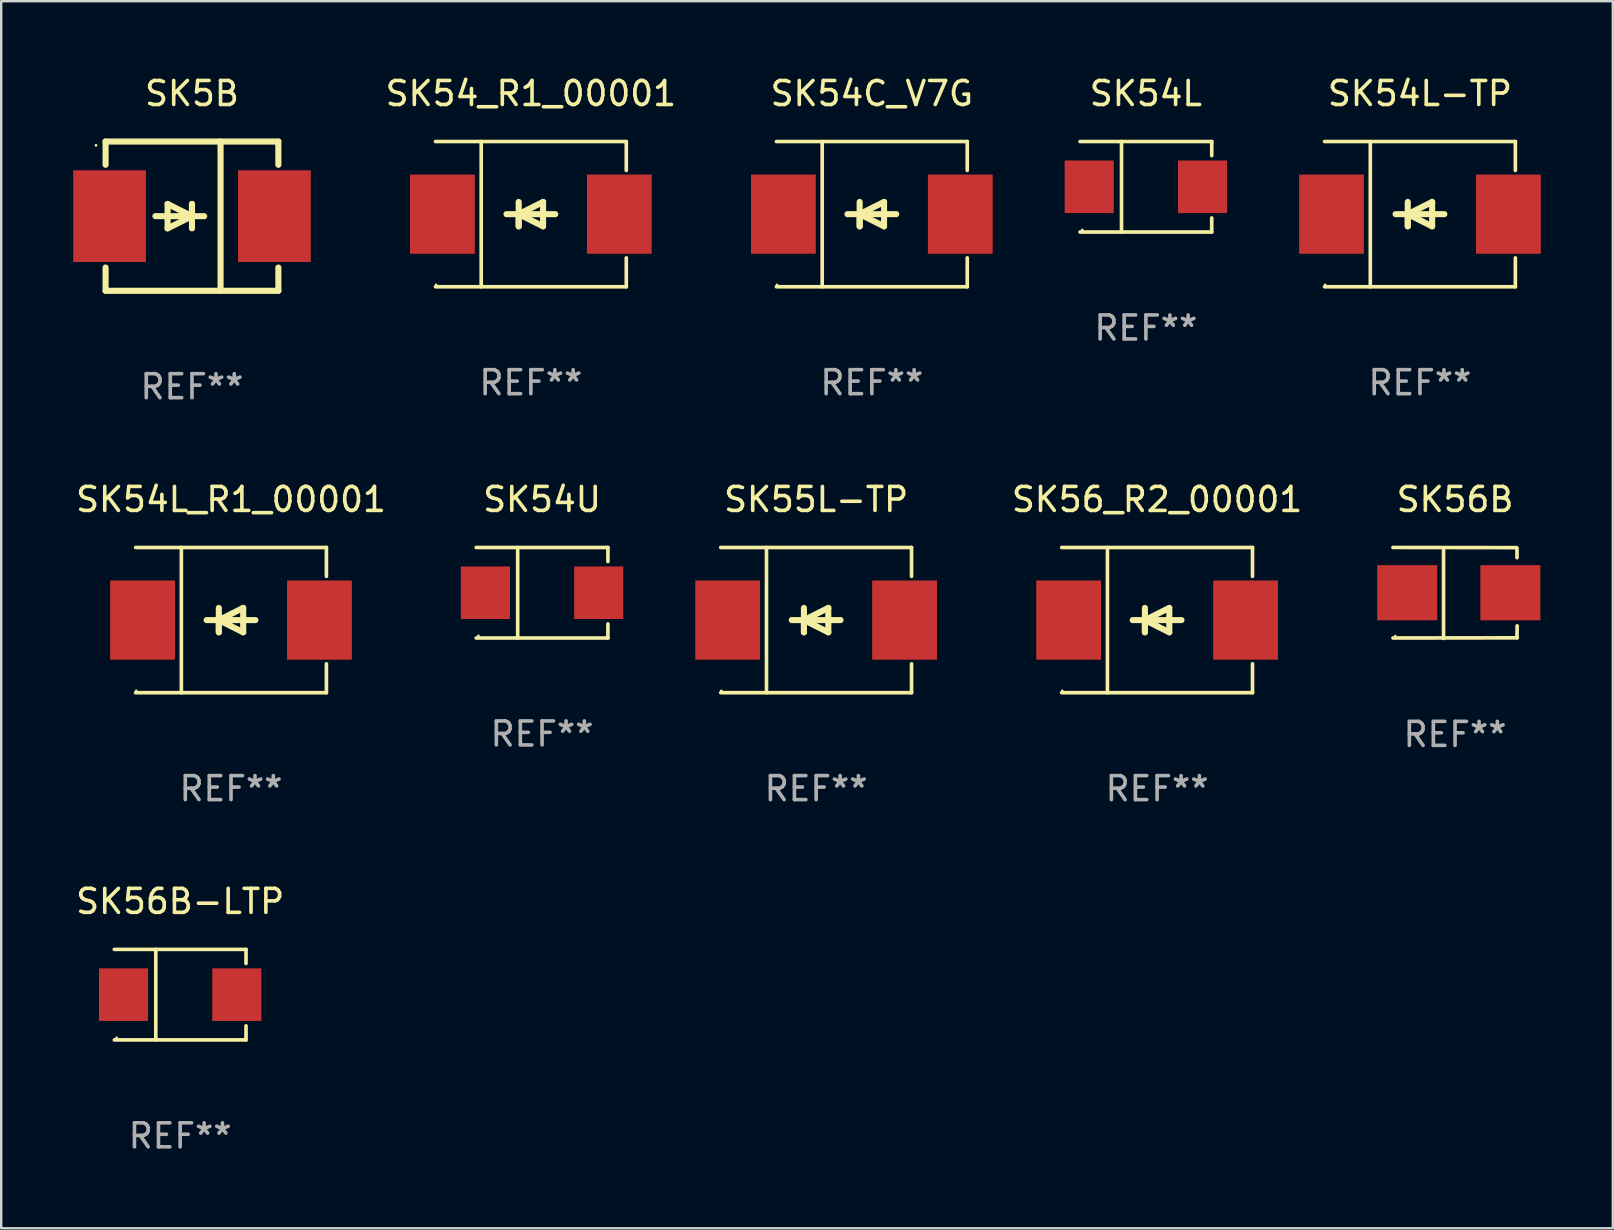
<source format=kicad_pcb>
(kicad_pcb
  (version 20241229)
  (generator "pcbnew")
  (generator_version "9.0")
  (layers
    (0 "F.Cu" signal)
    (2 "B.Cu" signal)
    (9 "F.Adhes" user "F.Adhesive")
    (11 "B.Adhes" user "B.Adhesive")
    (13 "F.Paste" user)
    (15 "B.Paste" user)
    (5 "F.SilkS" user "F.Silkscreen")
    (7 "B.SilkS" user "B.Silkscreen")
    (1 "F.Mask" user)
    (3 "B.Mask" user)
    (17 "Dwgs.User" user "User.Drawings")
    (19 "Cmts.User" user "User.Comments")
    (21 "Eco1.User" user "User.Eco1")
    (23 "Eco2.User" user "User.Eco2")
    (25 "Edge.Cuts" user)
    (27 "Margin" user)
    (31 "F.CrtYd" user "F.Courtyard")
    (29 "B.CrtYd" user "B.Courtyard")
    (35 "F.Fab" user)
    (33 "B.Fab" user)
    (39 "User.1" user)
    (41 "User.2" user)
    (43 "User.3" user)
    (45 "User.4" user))
  (footprint "SK56B-LTP"
    (layer "F.Cu")
    (at 4.458 38.4)
    (property "Reference" "SK56B-LTP" (at 0 -3.886 0) (layer "F.SilkS") (effects (font (size 1 1) (thickness 0.15))))
    (attr through_hole)
    (fp_line (start -2.744 -1.886) (end 2.744 -1.886) (stroke (width 0.152) (type solid)) (layer "F.SilkS"))
    (fp_line (start -2.744 1.886) (end 2.744 1.886) (stroke (width 0.152) (type solid)) (layer "F.SilkS"))
    (fp_line (start -1.016 -1.886) (end -1.016 1.886) (stroke (width 0.152) (type solid)) (layer "F.SilkS"))
    (fp_line (start 2.744 -1.886) (end 2.744 -1.299) (stroke (width 0.152) (type solid)) (layer "F.SilkS"))
    (fp_line (start 2.744 1.886) (end 2.744 1.299) (stroke (width 0.152) (type solid)) (layer "F.SilkS"))
    (fp_circle (center -2.65 1.8) (end -2.62 1.8) (stroke (width 0.06) (type solid)) (fill no) (layer "F.SilkS"))
    (fp_text user "REF**" (at 0 5.886 0) (layer "F.Fab") (effects (font (size 1 1) (thickness 0.15))))
    (pad "1" smd rect (at -2.361 0) (size 2.047 2.192) (layers "F.Cu" "F.Mask" "F.Paste"))
    (pad "2" smd rect (at 2.361 0) (size 2.047 2.192) (layers "F.Cu" "F.Mask" "F.Paste")))
  (footprint "SK54L_R1_00001"
    (layer "F.Cu")
    (at 6.577 22.791)
    (property "Reference" "SK54L_R1_00001" (at 0 -5.026 0) (layer "F.SilkS") (effects (font (size 1 1) (thickness 0.15))))
    (attr through_hole)
    (fp_line (start -3.976 -3.026) (end 3.976 -3.026) (stroke (width 0.152) (type solid)) (layer "F.SilkS"))
    (fp_line (start -3.976 3.026) (end 3.976 3.026) (stroke (width 0.152) (type solid)) (layer "F.SilkS"))
    (fp_line (start -2.069 -3.026) (end -2.069 3.026) (stroke (width 0.152) (type solid)) (layer "F.SilkS"))
    (fp_line (start -0.508 0) (end -0.508 0.508) (stroke (width 0.254) (type solid)) (layer "F.SilkS"))
    (fp_line (start -0.508 0) (end 0.508 0.508) (stroke (width 0.254) (type solid)) (layer "F.SilkS"))
    (fp_line (start -0.508 0.508) (end -0.508 -0.508) (stroke (width 0.254) (type solid)) (layer "F.SilkS"))
    (fp_line (start 0.508 -0.508) (end -0.508 0) (stroke (width 0.254) (type solid)) (layer "F.SilkS"))
    (fp_line (start 0.508 0.508) (end 0.508 -0.508) (stroke (width 0.254) (type solid)) (layer "F.SilkS"))
    (fp_line (start 1.016 0) (end -1.016 0) (stroke (width 0.254) (type solid)) (layer "F.SilkS"))
    (fp_line (start 3.976 -3.026) (end 3.976 -1.823) (stroke (width 0.152) (type solid)) (layer "F.SilkS"))
    (fp_line (start 3.976 3.026) (end 3.976 1.823) (stroke (width 0.152) (type solid)) (layer "F.SilkS"))
    (fp_circle (center -3.95 2.95) (end -3.92 2.95) (stroke (width 0.06) (type solid)) (fill no) (layer "F.SilkS"))
    (fp_text user "REF**" (at 0 7.026 0) (layer "F.Fab") (effects (font (size 1 1) (thickness 0.15))))
    (pad "1" smd rect (at -3.686 0) (size 2.7 3.3) (layers "F.Cu" "F.Mask" "F.Paste"))
    (pad "2" smd rect (at 3.686 0) (size 2.7 3.3) (layers "F.Cu" "F.Mask" "F.Paste")))
  (footprint "SK54L-TP"
    (layer "F.Cu")
    (at 56.123 5.874)
    (property "Reference" "SK54L-TP" (at 0 -5.026 0) (layer "F.SilkS") (effects (font (size 1 1) (thickness 0.15))))
    (attr through_hole)
    (fp_line (start -3.976 -3.026) (end 3.976 -3.026) (stroke (width 0.152) (type solid)) (layer "F.SilkS"))
    (fp_line (start -3.976 3.026) (end 3.976 3.026) (stroke (width 0.152) (type solid)) (layer "F.SilkS"))
    (fp_line (start -2.069 -3.026) (end -2.069 3.026) (stroke (width 0.152) (type solid)) (layer "F.SilkS"))
    (fp_line (start -0.508 0) (end -0.508 0.508) (stroke (width 0.254) (type solid)) (layer "F.SilkS"))
    (fp_line (start -0.508 0) (end 0.508 0.508) (stroke (width 0.254) (type solid)) (layer "F.SilkS"))
    (fp_line (start -0.508 0.508) (end -0.508 -0.508) (stroke (width 0.254) (type solid)) (layer "F.SilkS"))
    (fp_line (start 0.508 -0.508) (end -0.508 0) (stroke (width 0.254) (type solid)) (layer "F.SilkS"))
    (fp_line (start 0.508 0.508) (end 0.508 -0.508) (stroke (width 0.254) (type solid)) (layer "F.SilkS"))
    (fp_line (start 1.016 0) (end -1.016 0) (stroke (width 0.254) (type solid)) (layer "F.SilkS"))
    (fp_line (start 3.976 -3.026) (end 3.976 -1.823) (stroke (width 0.152) (type solid)) (layer "F.SilkS"))
    (fp_line (start 3.976 3.026) (end 3.976 1.823) (stroke (width 0.152) (type solid)) (layer "F.SilkS"))
    (fp_circle (center -3.95 2.95) (end -3.92 2.95) (stroke (width 0.06) (type solid)) (fill no) (layer "F.SilkS"))
    (fp_text user "REF**" (at 0 7.026 0) (layer "F.Fab") (effects (font (size 1 1) (thickness 0.15))))
    (pad "1" smd rect (at -3.686 0) (size 2.7 3.3) (layers "F.Cu" "F.Mask" "F.Paste"))
    (pad "2" smd rect (at 3.686 0) (size 2.7 3.3) (layers "F.Cu" "F.Mask" "F.Paste")))
  (footprint "SK54L"
    (layer "F.Cu")
    (at 44.702 4.734)
    (property "Reference" "SK54L" (at 0 -3.886 0) (layer "F.SilkS") (effects (font (size 1 1) (thickness 0.15))))
    (attr through_hole)
    (fp_line (start -2.744 -1.886) (end 2.744 -1.886) (stroke (width 0.152) (type solid)) (layer "F.SilkS"))
    (fp_line (start -2.744 1.886) (end 2.744 1.886) (stroke (width 0.152) (type solid)) (layer "F.SilkS"))
    (fp_line (start -1.016 -1.886) (end -1.016 1.886) (stroke (width 0.152) (type solid)) (layer "F.SilkS"))
    (fp_line (start 2.744 -1.886) (end 2.744 -1.299) (stroke (width 0.152) (type solid)) (layer "F.SilkS"))
    (fp_line (start 2.744 1.886) (end 2.744 1.299) (stroke (width 0.152) (type solid)) (layer "F.SilkS"))
    (fp_circle (center -2.65 1.8) (end -2.62 1.8) (stroke (width 0.06) (type solid)) (fill no) (layer "F.SilkS"))
    (fp_text user "REF**" (at 0 5.886 0) (layer "F.Fab") (effects (font (size 1 1) (thickness 0.15))))
    (pad "1" smd rect (at -2.361 0) (size 2.047 2.192) (layers "F.Cu" "F.Mask" "F.Paste"))
    (pad "2" smd rect (at 2.361 0) (size 2.047 2.192) (layers "F.Cu" "F.Mask" "F.Paste")))
  (footprint "SK56_R2_00001"
    (layer "F.Cu")
    (at 45.169 22.791)
    (property "Reference" "SK56_R2_00001" (at 0 -5.026 0) (layer "F.SilkS") (effects (font (size 1 1) (thickness 0.15))))
    (attr through_hole)
    (fp_line (start -3.976 -3.026) (end 3.976 -3.026) (stroke (width 0.152) (type solid)) (layer "F.SilkS"))
    (fp_line (start -3.976 3.026) (end 3.976 3.026) (stroke (width 0.152) (type solid)) (layer "F.SilkS"))
    (fp_line (start -2.069 -3.026) (end -2.069 3.026) (stroke (width 0.152) (type solid)) (layer "F.SilkS"))
    (fp_line (start -0.508 0) (end -0.508 0.508) (stroke (width 0.254) (type solid)) (layer "F.SilkS"))
    (fp_line (start -0.508 0) (end 0.508 0.508) (stroke (width 0.254) (type solid)) (layer "F.SilkS"))
    (fp_line (start -0.508 0.508) (end -0.508 -0.508) (stroke (width 0.254) (type solid)) (layer "F.SilkS"))
    (fp_line (start 0.508 -0.508) (end -0.508 0) (stroke (width 0.254) (type solid)) (layer "F.SilkS"))
    (fp_line (start 0.508 0.508) (end 0.508 -0.508) (stroke (width 0.254) (type solid)) (layer "F.SilkS"))
    (fp_line (start 1.016 0) (end -1.016 0) (stroke (width 0.254) (type solid)) (layer "F.SilkS"))
    (fp_line (start 3.976 -3.026) (end 3.976 -1.823) (stroke (width 0.152) (type solid)) (layer "F.SilkS"))
    (fp_line (start 3.976 3.026) (end 3.976 1.823) (stroke (width 0.152) (type solid)) (layer "F.SilkS"))
    (fp_circle (center -3.95 2.95) (end -3.92 2.95) (stroke (width 0.06) (type solid)) (fill no) (layer "F.SilkS"))
    (fp_text user "REF**" (at 0 7.026 0) (layer "F.Fab") (effects (font (size 1 1) (thickness 0.15))))
    (pad "1" smd rect (at -3.686 0) (size 2.7 3.3) (layers "F.Cu" "F.Mask" "F.Paste"))
    (pad "2" smd rect (at 3.686 0) (size 2.7 3.3) (layers "F.Cu" "F.Mask" "F.Paste")))
  (footprint "SK54C_V7G"
    (layer "F.Cu")
    (at 33.282 5.874)
    (property "Reference" "SK54C_V7G" (at 0 -5.026 0) (layer "F.SilkS") (effects (font (size 1 1) (thickness 0.15))))
    (attr through_hole)
    (fp_line (start -3.976 -3.026) (end 3.976 -3.026) (stroke (width 0.152) (type solid)) (layer "F.SilkS"))
    (fp_line (start -3.976 3.026) (end 3.976 3.026) (stroke (width 0.152) (type solid)) (layer "F.SilkS"))
    (fp_line (start -2.069 -3.026) (end -2.069 3.026) (stroke (width 0.152) (type solid)) (layer "F.SilkS"))
    (fp_line (start -0.508 0) (end -0.508 0.508) (stroke (width 0.254) (type solid)) (layer "F.SilkS"))
    (fp_line (start -0.508 0) (end 0.508 0.508) (stroke (width 0.254) (type solid)) (layer "F.SilkS"))
    (fp_line (start -0.508 0.508) (end -0.508 -0.508) (stroke (width 0.254) (type solid)) (layer "F.SilkS"))
    (fp_line (start 0.508 -0.508) (end -0.508 0) (stroke (width 0.254) (type solid)) (layer "F.SilkS"))
    (fp_line (start 0.508 0.508) (end 0.508 -0.508) (stroke (width 0.254) (type solid)) (layer "F.SilkS"))
    (fp_line (start 1.016 0) (end -1.016 0) (stroke (width 0.254) (type solid)) (layer "F.SilkS"))
    (fp_line (start 3.976 -3.026) (end 3.976 -1.823) (stroke (width 0.152) (type solid)) (layer "F.SilkS"))
    (fp_line (start 3.976 3.026) (end 3.976 1.823) (stroke (width 0.152) (type solid)) (layer "F.SilkS"))
    (fp_circle (center -3.95 2.95) (end -3.92 2.95) (stroke (width 0.06) (type solid)) (fill no) (layer "F.SilkS"))
    (fp_text user "REF**" (at 0 7.026 0) (layer "F.Fab") (effects (font (size 1 1) (thickness 0.15))))
    (pad "1" smd rect (at -3.686 0) (size 2.7 3.3) (layers "F.Cu" "F.Mask" "F.Paste"))
    (pad "2" smd rect (at 3.686 0) (size 2.7 3.3) (layers "F.Cu" "F.Mask" "F.Paste")))
  (footprint "SK54_R1_00001"
    (layer "F.Cu")
    (at 19.073 5.874)
    (property "Reference" "SK54_R1_00001" (at 0 -5.026 0) (layer "F.SilkS") (effects (font (size 1 1) (thickness 0.15))))
    (attr through_hole)
    (fp_line (start -3.976 -3.026) (end 3.976 -3.026) (stroke (width 0.152) (type solid)) (layer "F.SilkS"))
    (fp_line (start -3.976 3.026) (end 3.976 3.026) (stroke (width 0.152) (type solid)) (layer "F.SilkS"))
    (fp_line (start -2.069 -3.026) (end -2.069 3.026) (stroke (width 0.152) (type solid)) (layer "F.SilkS"))
    (fp_line (start -0.508 0) (end -0.508 0.508) (stroke (width 0.254) (type solid)) (layer "F.SilkS"))
    (fp_line (start -0.508 0) (end 0.508 0.508) (stroke (width 0.254) (type solid)) (layer "F.SilkS"))
    (fp_line (start -0.508 0.508) (end -0.508 -0.508) (stroke (width 0.254) (type solid)) (layer "F.SilkS"))
    (fp_line (start 0.508 -0.508) (end -0.508 0) (stroke (width 0.254) (type solid)) (layer "F.SilkS"))
    (fp_line (start 0.508 0.508) (end 0.508 -0.508) (stroke (width 0.254) (type solid)) (layer "F.SilkS"))
    (fp_line (start 1.016 0) (end -1.016 0) (stroke (width 0.254) (type solid)) (layer "F.SilkS"))
    (fp_line (start 3.976 -3.026) (end 3.976 -1.823) (stroke (width 0.152) (type solid)) (layer "F.SilkS"))
    (fp_line (start 3.976 3.026) (end 3.976 1.823) (stroke (width 0.152) (type solid)) (layer "F.SilkS"))
    (fp_circle (center -3.95 2.95) (end -3.92 2.95) (stroke (width 0.06) (type solid)) (fill no) (layer "F.SilkS"))
    (fp_text user "REF**" (at 0 7.026 0) (layer "F.Fab") (effects (font (size 1 1) (thickness 0.15))))
    (pad "1" smd rect (at -3.686 0) (size 2.7 3.3) (layers "F.Cu" "F.Mask" "F.Paste"))
    (pad "2" smd rect (at 3.686 0) (size 2.7 3.3) (layers "F.Cu" "F.Mask" "F.Paste")))
  (footprint "SK54U"
    (layer "F.Cu")
    (at 19.539 21.651)
    (property "Reference" "SK54U" (at 0 -3.886 0) (layer "F.SilkS") (effects (font (size 1 1) (thickness 0.15))))
    (attr through_hole)
    (fp_line (start -2.744 -1.886) (end 2.744 -1.886) (stroke (width 0.152) (type solid)) (layer "F.SilkS"))
    (fp_line (start -2.744 1.886) (end 2.744 1.886) (stroke (width 0.152) (type solid)) (layer "F.SilkS"))
    (fp_line (start -1.016 -1.886) (end -1.016 1.886) (stroke (width 0.152) (type solid)) (layer "F.SilkS"))
    (fp_line (start 2.744 -1.886) (end 2.744 -1.299) (stroke (width 0.152) (type solid)) (layer "F.SilkS"))
    (fp_line (start 2.744 1.886) (end 2.744 1.299) (stroke (width 0.152) (type solid)) (layer "F.SilkS"))
    (fp_circle (center -2.65 1.8) (end -2.62 1.8) (stroke (width 0.06) (type solid)) (fill no) (layer "F.SilkS"))
    (fp_text user "REF**" (at 0 5.886 0) (layer "F.Fab") (effects (font (size 1 1) (thickness 0.15))))
    (pad "1" smd rect (at -2.361 0) (size 2.047 2.192) (layers "F.Cu" "F.Mask" "F.Paste"))
    (pad "2" smd rect (at 2.361 0) (size 2.047 2.192) (layers "F.Cu" "F.Mask" "F.Paste")))
  (footprint "SK55L-TP"
    (layer "F.Cu")
    (at 30.96 22.791)
    (property "Reference" "SK55L-TP" (at 0 -5.026 0) (layer "F.SilkS") (effects (font (size 1 1) (thickness 0.15))))
    (attr through_hole)
    (fp_line (start -3.976 -3.026) (end 3.976 -3.026) (stroke (width 0.152) (type solid)) (layer "F.SilkS"))
    (fp_line (start -3.976 3.026) (end 3.976 3.026) (stroke (width 0.152) (type solid)) (layer "F.SilkS"))
    (fp_line (start -2.069 -3.026) (end -2.069 3.026) (stroke (width 0.152) (type solid)) (layer "F.SilkS"))
    (fp_line (start -0.508 0) (end -0.508 0.508) (stroke (width 0.254) (type solid)) (layer "F.SilkS"))
    (fp_line (start -0.508 0) (end 0.508 0.508) (stroke (width 0.254) (type solid)) (layer "F.SilkS"))
    (fp_line (start -0.508 0.508) (end -0.508 -0.508) (stroke (width 0.254) (type solid)) (layer "F.SilkS"))
    (fp_line (start 0.508 -0.508) (end -0.508 0) (stroke (width 0.254) (type solid)) (layer "F.SilkS"))
    (fp_line (start 0.508 0.508) (end 0.508 -0.508) (stroke (width 0.254) (type solid)) (layer "F.SilkS"))
    (fp_line (start 1.016 0) (end -1.016 0) (stroke (width 0.254) (type solid)) (layer "F.SilkS"))
    (fp_line (start 3.976 -3.026) (end 3.976 -1.823) (stroke (width 0.152) (type solid)) (layer "F.SilkS"))
    (fp_line (start 3.976 3.026) (end 3.976 1.823) (stroke (width 0.152) (type solid)) (layer "F.SilkS"))
    (fp_circle (center -3.95 2.95) (end -3.92 2.95) (stroke (width 0.06) (type solid)) (fill no) (layer "F.SilkS"))
    (fp_text user "REF**" (at 0 7.026 0) (layer "F.Fab") (effects (font (size 1 1) (thickness 0.15))))
    (pad "1" smd rect (at -3.686 0) (size 2.7 3.3) (layers "F.Cu" "F.Mask" "F.Paste"))
    (pad "2" smd rect (at 3.686 0) (size 2.7 3.3) (layers "F.Cu" "F.Mask" "F.Paste")))
  (footprint "SK56B"
    (layer "F.Cu")
    (at 57.586 21.66)
    (property "Reference" "SK56B" (at 0 -3.896 0) (layer "F.SilkS") (effects (font (size 1 1) (thickness 0.15))))
    (attr through_hole)
    (fp_line (start -2.588 -1.896) (end 2.568 -1.889) (stroke (width 0.152) (type solid)) (layer "F.SilkS"))
    (fp_line (start -2.588 1.877) (end 2.588 1.87) (stroke (width 0.152) (type solid)) (layer "F.SilkS"))
    (fp_line (start -0.48 1.896) (end -0.48 -1.871) (stroke (width 0.152) (type solid)) (layer "F.SilkS"))
    (fp_line (start 2.579 -1.849) (end 2.582 -1.472) (stroke (width 0.152) (type solid)) (layer "F.SilkS"))
    (fp_line (start 2.579 1.867) (end 2.587 1.372) (stroke (width 0.152) (type solid)) (layer "F.SilkS"))
    (fp_circle (center -2.492 1.801) (end -2.462 1.801) (stroke (width 0.06) (type solid)) (fill no) (layer "F.SilkS"))
    (fp_text user "REF**" (at 0 5.896 0) (layer "F.Fab") (effects (font (size 1 1) (thickness 0.15))))
    (pad "1" smd rect (at -1.995 -0.009) (size 2.5 2.3) (layers "F.Cu" "F.Mask" "F.Paste"))
    (pad "2" smd rect (at 2.305 -0.009) (size 2.5 2.3) (layers "F.Cu" "F.Mask" "F.Paste")))
  (footprint "SK5B"
    (layer "F.Cu")
    (at 4.95 5.958)
    (property "Reference" "SK5B" (at 0 -5.11 0) (layer "F.SilkS") (effects (font (size 1 1) (thickness 0.15))))
    (attr through_hole)
    (fp_line (start -3.6 -2.141) (end -3.6 -3.11) (stroke (width 0.254) (type solid)) (layer "F.SilkS"))
    (fp_line (start -3.6 3.11) (end -3.6 2.141) (stroke (width 0.254) (type solid)) (layer "F.SilkS"))
    (fp_line (start -1.524 0) (end 0.508 0) (stroke (width 0.254) (type solid)) (layer "F.SilkS"))
    (fp_line (start -1.016 -0.508) (end -1.016 0.508) (stroke (width 0.254) (type solid)) (layer "F.SilkS"))
    (fp_line (start -1.016 0.508) (end 0 0) (stroke (width 0.254) (type solid)) (layer "F.SilkS"))
    (fp_line (start 0 -0.508) (end 0 0.508) (stroke (width 0.254) (type solid)) (layer "F.SilkS"))
    (fp_line (start 0 0) (end -1.016 -0.508) (stroke (width 0.254) (type solid)) (layer "F.SilkS"))
    (fp_line (start 0 0) (end 0 -0.508) (stroke (width 0.254) (type solid)) (layer "F.SilkS"))
    (fp_line (start 1.192 3.11) (end 1.192 -3.11) (stroke (width 0.254) (type solid)) (layer "F.SilkS"))
    (fp_line (start 3.6 -3.11) (end -3.6 -3.11) (stroke (width 0.254) (type solid)) (layer "F.SilkS"))
    (fp_line (start 3.6 -2.141) (end 3.6 -3.11) (stroke (width 0.254) (type solid)) (layer "F.SilkS"))
    (fp_line (start 3.6 3.11) (end -3.6 3.11) (stroke (width 0.254) (type solid)) (layer "F.SilkS"))
    (fp_line (start 3.6 3.11) (end 3.6 2.141) (stroke (width 0.254) (type solid)) (layer "F.SilkS"))
    (fp_circle (center -4 -2.95) (end -3.97 -2.95) (stroke (width 0.06) (type solid)) (fill no) (layer "F.SilkS"))
    (fp_text user "REF**" (at 0 7.11 0) (layer "F.Fab") (effects (font (size 1 1) (thickness 0.15))))
    (pad "1" smd rect (at -3.435 0) (size 3.03 3.82) (layers "F.Cu" "F.Mask" "F.Paste"))
    (pad "2" smd rect (at 3.435 0) (size 3.03 3.82) (layers "F.Cu" "F.Mask" "F.Paste")))
  (gr_rect
    (start -3 -3)
    (end 64.16 48.134)
    (stroke (width 0.1) (type default))
    (fill no)
    (layer "Edge.Cuts")))
</source>
